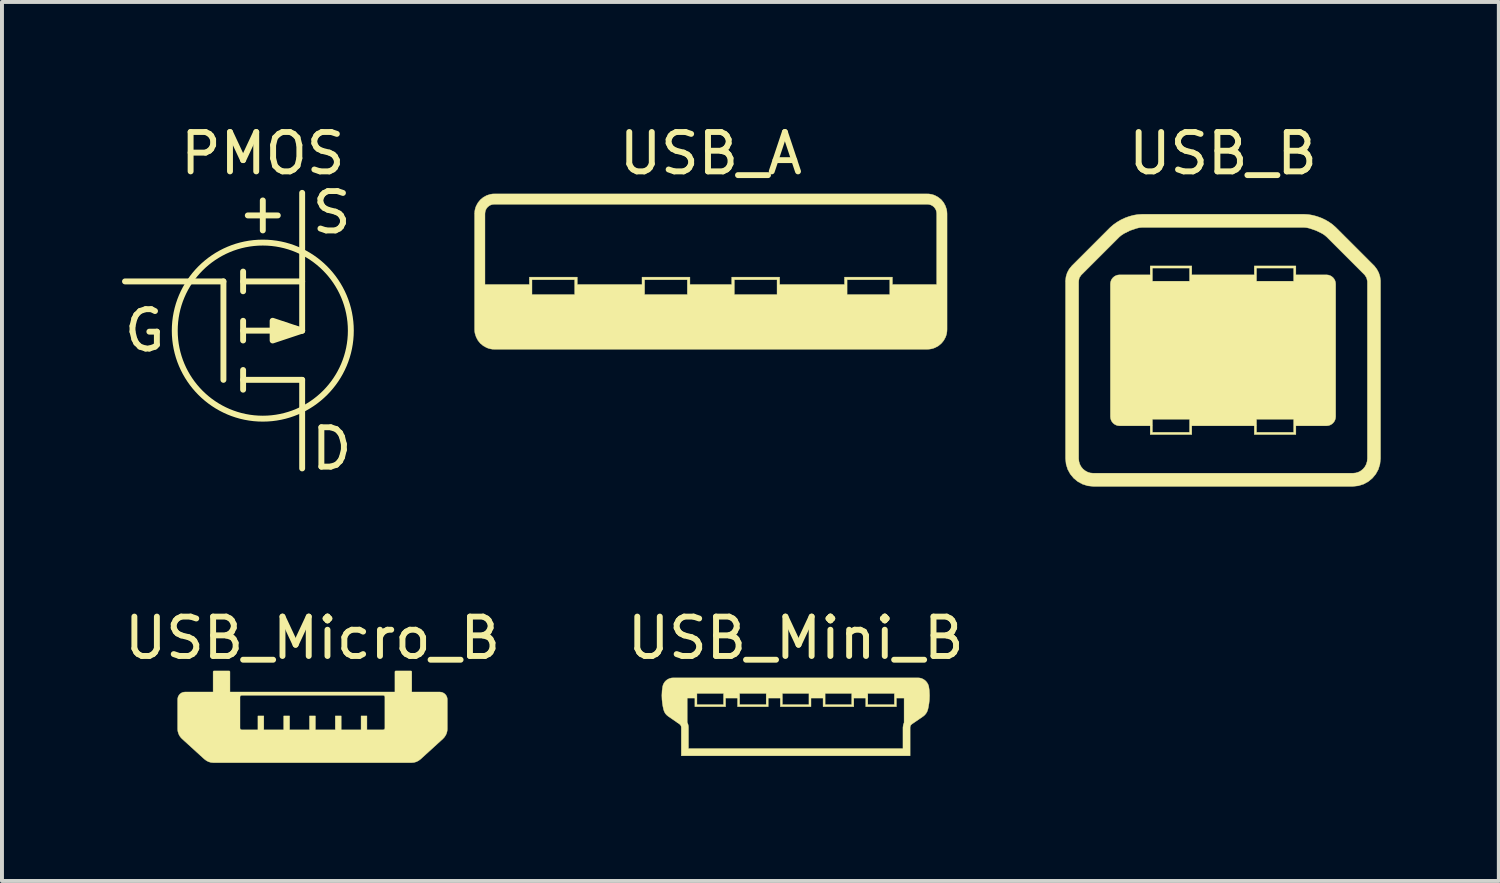
<source format=kicad_pcb>
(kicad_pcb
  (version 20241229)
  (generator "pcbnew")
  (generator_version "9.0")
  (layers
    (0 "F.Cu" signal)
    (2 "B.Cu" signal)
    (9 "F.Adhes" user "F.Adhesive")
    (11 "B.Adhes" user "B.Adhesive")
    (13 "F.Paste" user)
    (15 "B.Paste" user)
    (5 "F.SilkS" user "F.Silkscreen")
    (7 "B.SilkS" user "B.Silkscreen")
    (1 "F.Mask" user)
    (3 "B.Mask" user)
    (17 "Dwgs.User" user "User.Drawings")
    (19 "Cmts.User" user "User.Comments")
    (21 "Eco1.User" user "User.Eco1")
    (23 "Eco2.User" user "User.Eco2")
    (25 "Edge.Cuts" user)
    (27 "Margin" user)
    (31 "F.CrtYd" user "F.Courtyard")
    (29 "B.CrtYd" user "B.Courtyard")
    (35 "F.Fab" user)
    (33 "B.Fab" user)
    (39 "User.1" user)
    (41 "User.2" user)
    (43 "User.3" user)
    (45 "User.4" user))
  (footprint "USB_A"
    (layer "F.Cu")
    (at 15.005 3.848)
    (property "Reference" "USB_A" (at 0 -3 0) (layer "F.SilkS") (effects (font (size 1 1) (thickness 0.15))))
    (attr through_hole)
    (fp_poly (pts (xy -5.497 -1.973) (xy -5.548 -1.971) (xy -5.597 -1.963) (xy -5.691 -1.934) (xy -5.777 -1.887) (xy -5.851 -1.826) (xy -5.913 -1.751) (xy -5.96 -1.666) (xy -5.977 -1.62) (xy -5.99 -1.571) (xy -5.997 -1.521) (xy -6 -1.47) (xy -6 1.47) (xy -5.997 1.521) (xy -5.99 1.57) (xy -5.96 1.664) (xy -5.914 1.75) (xy -5.853 1.825) (xy -5.778 1.886) (xy -5.693 1.933) (xy -5.647 1.95) (xy -5.598 1.963) (xy -5.548 1.971) (xy -5.497 1.973) (xy 5.5 1.973) (xy 5.551 1.97) (xy 5.601 1.963) (xy 5.649 1.95) (xy 5.695 1.933) (xy 5.781 1.886) (xy 5.855 1.824) (xy 5.917 1.748) (xy 5.963 1.662) (xy 5.979 1.615) (xy 5.991 1.567) (xy 5.998 1.516) (xy 6 1.465) (xy 6 -1.47) (xy 5.997 -1.521) (xy 5.99 -1.57) (xy 5.96 -1.664) (xy 5.914 -1.75) (xy 5.853 -1.825) (xy 5.778 -1.886) (xy 5.693 -1.933) (xy 5.647 -1.95) (xy 5.598 -1.963) (xy 5.548 -1.971) (xy 5.497 -1.973) (xy 0.000032 -1.973) (xy 0.000032 -1.71) (xy 5.497 -1.71) (xy 5.546 -1.705) (xy 5.592 -1.691) (xy 5.633 -1.669) (xy 5.668 -1.64) (xy 5.697 -1.604) (xy 5.719 -1.564) (xy 5.732 -1.519) (xy 5.737 -1.47) (xy 5.737 0.329) (xy 4.612 0.329) (xy 4.612 0.141) (xy 4.004 0.141) (xy 4.004 0.207) (xy 4.546 0.207) (xy 4.546 0.329) (xy 4.546 0.585) (xy 3.461 0.585) (xy 3.461 0.329) (xy 3.461 0.207) (xy 4.004 0.207) (xy 4.004 0.141) (xy 3.395 0.141) (xy 3.395 0.174) (xy 3.395 0.329) (xy 1.748 0.329) (xy 1.748 0.141) (xy 1.139 0.141) (xy 1.139 0.207) (xy 1.682 0.207) (xy 1.682 0.329) (xy 1.682 0.585) (xy 0.597 0.585) (xy 0.597 0.329) (xy 0.597 0.207) (xy 1.139 0.207) (xy 1.139 0.141) (xy 0.531 0.141) (xy 0.531 0.174) (xy 0.531 0.329) (xy -0.531 0.329) (xy -0.531 0.141) (xy -1.139 0.141) (xy -1.139 0.207) (xy -0.597 0.207) (xy -0.597 0.329) (xy -0.597 0.585) (xy -1.682 0.585) (xy -1.682 0.329) (xy -1.682 0.207) (xy -1.139 0.207) (xy -1.139 0.141) (xy -1.748 0.141) (xy -1.748 0.174) (xy -1.748 0.329) (xy -3.392 0.329) (xy -3.392 0.141) (xy -4.001 0.141) (xy -4.001 0.207) (xy -3.458 0.207) (xy -3.458 0.329) (xy -3.458 0.585) (xy -4.543 0.585) (xy -4.543 0.329) (xy -4.543 0.207) (xy -4.001 0.207) (xy -4.001 0.141) (xy -4.609 0.141) (xy -4.609 0.174) (xy -4.609 0.329) (xy -5.737 0.329) (xy -5.737 -1.47) (xy -5.732 -1.519) (xy -5.718 -1.565) (xy -5.696 -1.606) (xy -5.667 -1.641) (xy -5.631 -1.67) (xy -5.591 -1.692) (xy -5.545 -1.705) (xy -5.497 -1.71) (xy 0.000032 -1.71) (xy 0.000032 -1.973) (xy -5.497 -1.973)) (stroke (width 0.01) (type solid)) (fill yes) (layer "F.SilkS")))
  (footprint "PMOS"
    (layer "F.Cu")
    (at 3.625 5.348)
    (property "Reference" "PMOS" (at 0 -4.5 0) (layer "F.SilkS") (effects (font (size 1 1) (thickness 0.15))))
    (attr through_hole)
    (fp_line (start -1 -1.25) (end -3.5 -1.25) (stroke (width 0.15) (type solid)) (layer "F.SilkS"))
    (fp_line (start -1 -1.25) (end -1 1.25) (stroke (width 0.15) (type solid)) (layer "F.SilkS"))
    (fp_line (start -0.5 -1.5) (end -0.5 -1) (stroke (width 0.15) (type solid)) (layer "F.SilkS"))
    (fp_line (start -0.5 -1.25) (end 1 -1.25) (stroke (width 0.15) (type solid)) (layer "F.SilkS"))
    (fp_line (start -0.5 -0.25) (end -0.5 0.25) (stroke (width 0.15) (type solid)) (layer "F.SilkS"))
    (fp_line (start -0.5 0) (end 1 0) (stroke (width 0.15) (type solid)) (layer "F.SilkS"))
    (fp_line (start -0.5 1) (end -0.5 1.5) (stroke (width 0.15) (type solid)) (layer "F.SilkS"))
    (fp_line (start -0.5 1.25) (end 1 1.25) (stroke (width 0.15) (type solid)) (layer "F.SilkS"))
    (fp_line (start 1 -2) (end 1 -3.5) (stroke (width 0.15) (type solid)) (layer "F.SilkS"))
    (fp_line (start 1 0) (end 1 -2) (stroke (width 0.15) (type solid)) (layer "F.SilkS"))
    (fp_line (start 1 1.25) (end 1 2) (stroke (width 0.15) (type solid)) (layer "F.SilkS"))
    (fp_line (start 1 2) (end 1 3.5) (stroke (width 0.15) (type solid)) (layer "F.SilkS"))
    (fp_circle (center 0 0) (end 2 -1) (stroke (width 0.15) (type solid)) (fill no) (layer "F.SilkS"))
    (fp_poly (pts (xy 0.25 -0.25) (xy 0.25 0.25) (xy 1 0)) (stroke (width 0.15) (type solid)) (fill yes) (layer "F.SilkS"))
    (fp_text user "S" (at 1.75 -3 0) (layer "F.SilkS") (effects (font (size 1 1) (thickness 0.15))))
    (fp_text user "+" (at 0 -3 0) (layer "F.SilkS") (effects (font (size 1 1) (thickness 0.15))))
    (fp_text user "D" (at 1.75 3 0) (layer "F.SilkS") (effects (font (size 1 1) (thickness 0.15))))
    (fp_text user "G" (at -3 0 0) (layer "F.SilkS") (effects (font (size 1 1) (thickness 0.15)))))
  (footprint "USB_Mini_B"
    (layer "F.Cu")
    (at 17.161 15.157)
    (property "Reference" "USB_Mini_B" (at 0 -2 0) (layer "F.SilkS") (effects (font (size 1 1) (thickness 0.15))))
    (attr through_hole)
    (fp_poly (pts (xy -3.109 -0.99) (xy -3.157 -0.986) (xy -3.203 -0.974) (xy -3.246 -0.954) (xy -3.285 -0.928) (xy -3.319 -0.895) (xy -3.346 -0.857) (xy -3.367 -0.814) (xy -3.38 -0.767) (xy -3.394 -0.666) (xy -3.4 -0.543) (xy -3.396 -0.435) (xy -3.385 -0.338) (xy -3.371 -0.253) (xy -3.356 -0.185) (xy -3.339 -0.135) (xy -3.314 -0.088) (xy -3.28 -0.048) (xy -3.239 -0.014) (xy -3.238 -0.013) (xy -3.238 -0.013) (xy -2.952 0.184) (xy -2.952 0.185) (xy -2.933 0.201) (xy -2.918 0.222) (xy -2.909 0.246) (xy -2.906 0.27) (xy -2.906 0.99) (xy -0.001 0.99) (xy -0.001 0.808) (xy -2.724 0.808) (xy -2.724 0.27) (xy -2.726 0.237) (xy -2.732 0.204) (xy -2.742 0.171) (xy -2.756 0.141) (xy -2.756 -0.476) (xy -2.561 -0.476) (xy -2.561 -0.257) (xy -2.171 -0.257) (xy -2.171 -0.309) (xy -2.509 -0.309) (xy -2.509 -0.476) (xy -2.509 -0.595) (xy -1.833 -0.595) (xy -1.833 -0.476) (xy -1.833 -0.309) (xy -2.171 -0.309) (xy -2.171 -0.257) (xy -1.781 -0.257) (xy -1.781 -0.476) (xy -1.477 -0.476) (xy -1.477 -0.257) (xy -1.087 -0.257) (xy -1.087 -0.309) (xy -1.425 -0.309) (xy -1.425 -0.476) (xy -1.425 -0.595) (xy -0.75 -0.595) (xy -0.75 -0.476) (xy -0.75 -0.309) (xy -1.087 -0.309) (xy -1.087 -0.257) (xy -0.698 -0.257) (xy -0.698 -0.476) (xy -0.391 -0.476) (xy -0.391 -0.257) (xy -0.001 -0.257) (xy -0.001 -0.309) (xy -0.339 -0.309) (xy -0.339 -0.476) (xy -0.339 -0.595) (xy 0.336 -0.595) (xy 0.336 -0.476) (xy 0.336 -0.309) (xy -0.001 -0.309) (xy -0.001 -0.257) (xy 0.388 -0.257) (xy 0.388 -0.476) (xy 0.695 -0.476) (xy 0.695 -0.257) (xy 1.085 -0.257) (xy 1.085 -0.309) (xy 0.747 -0.309) (xy 0.747 -0.476) (xy 0.747 -0.595) (xy 1.423 -0.595) (xy 1.423 -0.476) (xy 1.423 -0.309) (xy 1.085 -0.309) (xy 1.085 -0.257) (xy 1.475 -0.257) (xy 1.475 -0.476) (xy 1.779 -0.476) (xy 1.779 -0.257) (xy 2.168 -0.257) (xy 2.168 -0.309) (xy 1.831 -0.309) (xy 1.831 -0.476) (xy 1.831 -0.595) (xy 2.506 -0.595) (xy 2.506 -0.476) (xy 2.506 -0.309) (xy 2.168 -0.309) (xy 2.168 -0.257) (xy 2.558 -0.257) (xy 2.558 -0.476) (xy 2.753 -0.476) (xy 2.753 0.147) (xy 2.732 0.207) (xy 2.724 0.27) (xy 2.724 0.808) (xy -0.001 0.808) (xy -0.001 0.99) (xy 2.906 0.99) (xy 2.906 0.27) (xy 2.909 0.245) (xy 2.918 0.221) (xy 2.932 0.201) (xy 2.952 0.185) (xy 2.952 0.184) (xy 3.24 -0.014) (xy 3.241 -0.015) (xy 3.279 -0.048) (xy 3.311 -0.087) (xy 3.337 -0.132) (xy 3.355 -0.182) (xy 3.356 -0.183) (xy 3.356 -0.184) (xy 3.371 -0.253) (xy 3.385 -0.337) (xy 3.396 -0.435) (xy 3.4 -0.543) (xy 3.394 -0.666) (xy 3.38 -0.768) (xy 3.38 -0.77) (xy 3.379 -0.772) (xy 3.364 -0.818) (xy 3.342 -0.859) (xy 3.314 -0.896) (xy 3.281 -0.928) (xy 3.242 -0.954) (xy 3.2 -0.974) (xy 3.154 -0.986) (xy 3.106 -0.99) (xy -3.109 -0.99)) (stroke (width 0.01) (type solid)) (fill yes) (layer "F.SilkS")))
  (footprint "USB_Micro_B"
    (layer "F.Cu")
    (at 4.887 15.157)
    (property "Reference" "USB_Micro_B" (at 0 -2 0) (layer "F.SilkS") (effects (font (size 1 1) (thickness 0.15))))
    (attr through_hole)
    (fp_poly (pts (xy -2.503 -1.165) (xy -2.511 -1.164) (xy -2.518 -1.159) (xy -2.522 -1.152) (xy -2.524 -1.144) (xy -2.524 -0.63) (xy -3.235 -0.63) (xy -3.231 -0.63) (xy -3.271 -0.627) (xy -3.307 -0.617) (xy -3.34 -0.599) (xy -3.369 -0.576) (xy -3.392 -0.547) (xy -3.41 -0.514) (xy -3.421 -0.478) (xy -3.425 -0.44) (xy -3.425 0.303) (xy -3.423 0.339) (xy -3.418 0.374) (xy -3.408 0.409) (xy -3.396 0.442) (xy -3.38 0.475) (xy -3.36 0.505) (xy -3.337 0.533) (xy -3.311 0.56) (xy -2.747 1.074) (xy -2.746 1.074) (xy -2.696 1.112) (xy -2.64 1.141) (xy -2.578 1.159) (xy -2.513 1.165) (xy 2.513 1.165) (xy 2.577 1.159) (xy 2.638 1.142) (xy 2.695 1.113) (xy 2.747 1.074) (xy 3.312 0.559) (xy 3.312 0.558) (xy 3.337 0.533) (xy 3.359 0.505) (xy 3.378 0.475) (xy 3.395 0.444) (xy 3.408 0.41) (xy 3.417 0.376) (xy 3.423 0.34) (xy 3.425 0.303) (xy 3.425 -0.44) (xy 3.421 -0.478) (xy 3.41 -0.514) (xy 3.392 -0.546) (xy 3.369 -0.574) (xy 3.341 -0.597) (xy 3.308 -0.615) (xy 3.273 -0.626) (xy 3.235 -0.63) (xy 2.522 -0.63) (xy 2.522 -1.144) (xy 2.52 -1.152) (xy 2.516 -1.159) (xy 2.509 -1.164) (xy 2.501 -1.165) (xy 2.115 -1.165) (xy 2.107 -1.164) (xy 2.1 -1.159) (xy 2.096 -1.152) (xy 2.094 -1.144) (xy 2.094 -0.63) (xy -0.001 -0.63) (xy -0.001 -0.547) (xy 1.796 -0.547) (xy 1.813 -0.543) (xy 1.827 -0.534) (xy 1.836 -0.521) (xy 1.839 -0.504) (xy 1.839 0.288) (xy 1.836 0.304) (xy 1.827 0.318) (xy 1.813 0.327) (xy 1.796 0.331) (xy 1.383 0.331) (xy 1.383 -0.022) (xy 1.234 -0.022) (xy 1.234 0.331) (xy 0.729 0.331) (xy 0.729 -0.022) (xy 0.579 -0.022) (xy 0.579 0.331) (xy 0.074 0.331) (xy 0.074 -0.022) (xy -0.076 -0.022) (xy -0.076 0.331) (xy -0.581 0.331) (xy -0.581 -0.022) (xy -0.731 -0.022) (xy -0.731 0.331) (xy -1.236 0.331) (xy -1.236 -0.022) (xy -1.386 -0.022) (xy -1.386 0.331) (xy -1.799 0.331) (xy -1.815 0.327) (xy -1.829 0.318) (xy -1.838 0.304) (xy -1.841 0.288) (xy -1.841 -0.504) (xy -1.838 -0.521) (xy -1.829 -0.534) (xy -1.815 -0.543) (xy -1.799 -0.547) (xy -0.001 -0.547) (xy -0.001 -0.63) (xy -2.096 -0.63) (xy -2.096 -1.144) (xy -2.098 -1.152) (xy -2.102 -1.159) (xy -2.109 -1.164) (xy -2.117 -1.165) (xy -2.503 -1.165)) (stroke (width 0.01) (type solid)) (fill yes) (layer "F.SilkS")))
  (footprint "USB_B"
    (layer "F.Cu")
    (at 28.015 5.848)
    (property "Reference" "USB_B" (at 0 -5 0) (layer "F.SilkS") (effects (font (size 1 1) (thickness 0.15))))
    (attr through_hole)
    (fp_poly (pts (xy -2.05 -3.456) (xy -2.161 -3.449) (xy -2.272 -3.431) (xy -2.383 -3.401) (xy -2.491 -3.362) (xy -2.595 -3.313) (xy -2.693 -3.255) (xy -2.784 -3.191) (xy -2.866 -3.12) (xy -2.867 -3.119) (xy -3.84 -2.146) (xy -3.908 -2.062) (xy -3.958 -1.969) (xy -3.989 -1.867) (xy -4 -1.761) (xy -4 2.75) (xy -3.986 2.891) (xy -3.945 3.023) (xy -3.88 3.142) (xy -3.794 3.247) (xy -3.689 3.334) (xy -3.569 3.399) (xy -3.437 3.441) (xy -3.294 3.456) (xy 3.294 3.456) (xy 3.435 3.441) (xy 3.567 3.4) (xy 3.687 3.335) (xy 3.791 3.249) (xy 3.878 3.145) (xy 3.944 3.025) (xy 3.985 2.892) (xy 4 2.75) (xy 4 -1.766) (xy 4 -1.77) (xy 3.986 -1.872) (xy 3.955 -1.969) (xy 3.907 -2.059) (xy 3.845 -2.141) (xy 3.842 -2.143) (xy 3.84 -2.146) (xy 2.868 -3.118) (xy 2.785 -3.192) (xy 2.693 -3.258) (xy 2.593 -3.316) (xy 2.489 -3.364) (xy 2.38 -3.403) (xy 2.269 -3.432) (xy 2.159 -3.45) (xy 2.05 -3.456) (xy 0 -3.456) (xy 0 -3.122) (xy 2.05 -3.122) (xy 2.116 -3.117) (xy 2.192 -3.101) (xy 2.357 -3.045) (xy 2.515 -2.968) (xy 2.581 -2.925) (xy 2.632 -2.882) (xy 3.6 -1.914) (xy 3.647 -1.841) (xy 3.667 -1.753) (xy 3.667 2.75) (xy 3.659 2.826) (xy 3.637 2.897) (xy 3.603 2.96) (xy 3.557 3.015) (xy 3.502 3.06) (xy 3.439 3.094) (xy 3.369 3.115) (xy 3.294 3.122) (xy -3.294 3.122) (xy -3.371 3.115) (xy -3.441 3.093) (xy -3.504 3.058) (xy -3.559 3.013) (xy -3.604 2.958) (xy -3.638 2.894) (xy -3.659 2.825) (xy -3.667 2.75) (xy -3.667 -1.761) (xy -3.651 -1.841) (xy -3.604 -1.91) (xy -2.634 -2.88) (xy -2.582 -2.923) (xy -2.516 -2.966) (xy -2.359 -3.044) (xy -2.193 -3.1) (xy -2.117 -3.117) (xy -2.05 -3.122) (xy 0 -3.122) (xy 0 -3.456) (xy -2.05 -3.456)) (stroke (width 0.01) (type solid)) (fill yes) (layer "F.SilkS"))
    (fp_poly (pts (xy -1.85 -2.144) (xy -1.85 -2.117) (xy -1.85 -1.917) (xy -2.628 -1.917) (xy -2.675 -1.912) (xy -2.719 -1.898) (xy -2.758 -1.877) (xy -2.793 -1.848) (xy -2.821 -1.814) (xy -2.843 -1.774) (xy -2.856 -1.73) (xy -2.861 -1.683) (xy -2.861 1.683) (xy -2.856 1.73) (xy -2.843 1.774) (xy -2.821 1.814) (xy -2.793 1.848) (xy -2.758 1.877) (xy -2.719 1.898) (xy -2.675 1.912) (xy -2.628 1.917) (xy -1.85 1.917) (xy -1.85 2.139) (xy -1.322 2.139) (xy -1.322 2.083) (xy -1.794 2.083) (xy -1.794 1.917) (xy -1.794 1.75) (xy -0.85 1.75) (xy -0.85 1.917) (xy -0.85 2.083) (xy -1.322 2.083) (xy -1.322 2.139) (xy -0.794 2.139) (xy -0.794 1.917) (xy 0.794 1.917) (xy 0.794 2.139) (xy 1.322 2.139) (xy 1.322 2.083) (xy 0.85 2.083) (xy 0.85 1.917) (xy 0.85 1.75) (xy 1.794 1.75) (xy 1.794 1.917) (xy 1.794 2.083) (xy 1.322 2.083) (xy 1.322 2.139) (xy 1.85 2.139) (xy 1.85 1.917) (xy 2.628 1.917) (xy 2.675 1.912) (xy 2.719 1.898) (xy 2.759 1.876) (xy 2.794 1.847) (xy 2.822 1.812) (xy 2.843 1.773) (xy 2.856 1.729) (xy 2.861 1.683) (xy 2.861 -1.683) (xy 2.856 -1.73) (xy 2.843 -1.774) (xy 2.821 -1.814) (xy 2.793 -1.848) (xy 2.758 -1.877) (xy 2.719 -1.898) (xy 2.675 -1.912) (xy 2.628 -1.917) (xy 1.85 -1.917) (xy 1.85 -2.144) (xy 1.322 -2.144) (xy 1.322 -2.089) (xy 1.794 -2.089) (xy 1.794 -1.917) (xy 1.794 -1.755) (xy 0.85 -1.755) (xy 0.85 -1.917) (xy 0.85 -2.089) (xy 1.322 -2.089) (xy 1.322 -2.144) (xy 0.794 -2.144) (xy 0.794 -2.117) (xy 0.794 -1.917) (xy -0.794 -1.917) (xy -0.794 -2.144) (xy -1.322 -2.144) (xy -1.322 -2.089) (xy -0.85 -2.089) (xy -0.85 -1.917) (xy -0.85 -1.755) (xy -1.794 -1.755) (xy -1.794 -1.917) (xy -1.794 -2.089) (xy -1.322 -2.089) (xy -1.322 -2.144) (xy -1.85 -2.144)) (stroke (width 0.01) (type solid)) (fill yes) (layer "F.SilkS")))
  (gr_rect
    (start -3 -3)
    (end 35.02 19.327)
    (stroke (width 0.1) (type default))
    (fill no)
    (layer "Edge.Cuts")))
</source>
